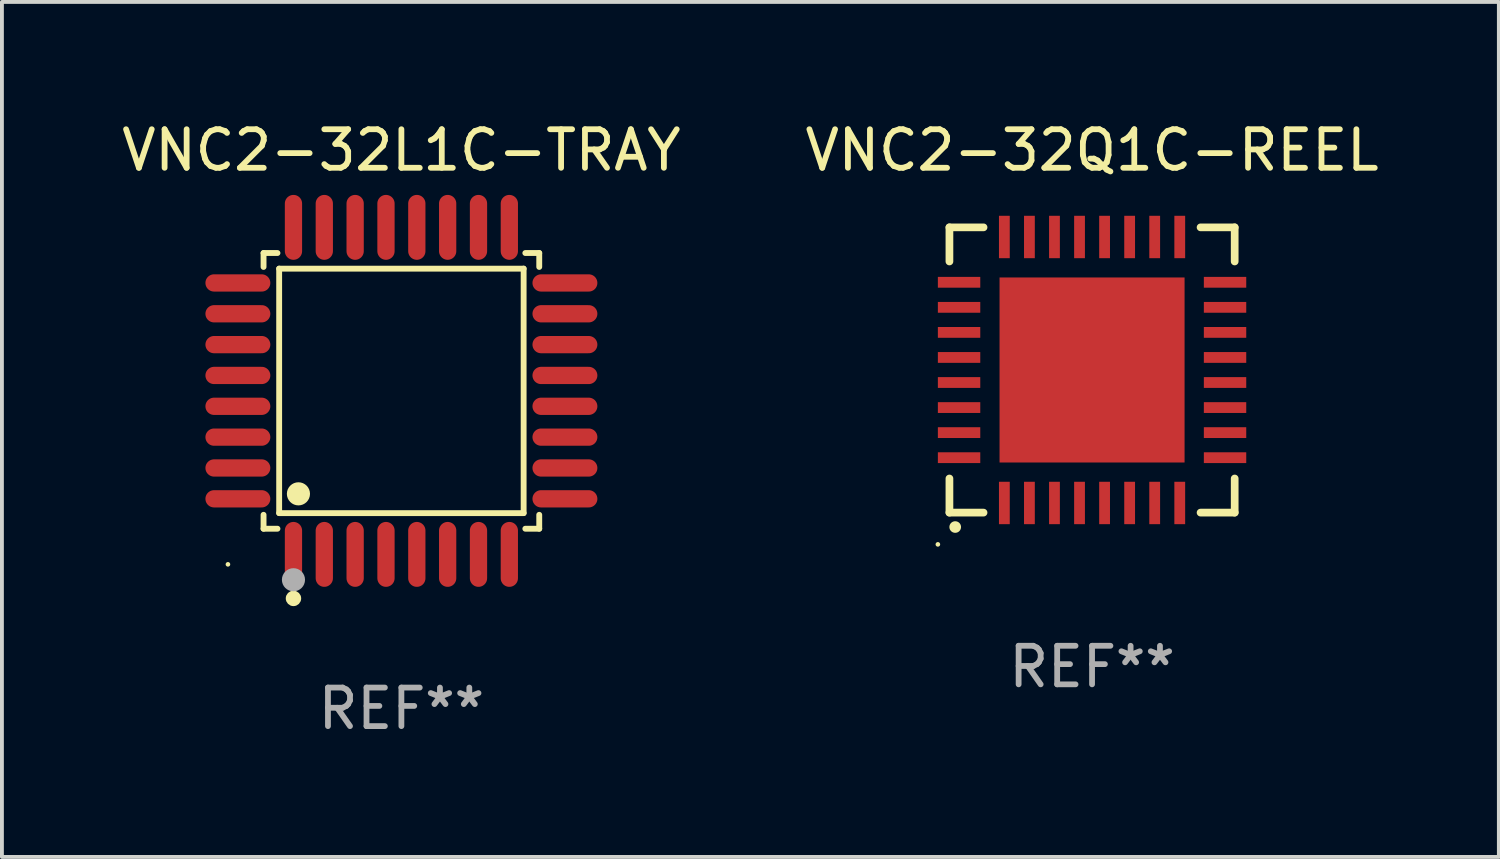
<source format=kicad_pcb>
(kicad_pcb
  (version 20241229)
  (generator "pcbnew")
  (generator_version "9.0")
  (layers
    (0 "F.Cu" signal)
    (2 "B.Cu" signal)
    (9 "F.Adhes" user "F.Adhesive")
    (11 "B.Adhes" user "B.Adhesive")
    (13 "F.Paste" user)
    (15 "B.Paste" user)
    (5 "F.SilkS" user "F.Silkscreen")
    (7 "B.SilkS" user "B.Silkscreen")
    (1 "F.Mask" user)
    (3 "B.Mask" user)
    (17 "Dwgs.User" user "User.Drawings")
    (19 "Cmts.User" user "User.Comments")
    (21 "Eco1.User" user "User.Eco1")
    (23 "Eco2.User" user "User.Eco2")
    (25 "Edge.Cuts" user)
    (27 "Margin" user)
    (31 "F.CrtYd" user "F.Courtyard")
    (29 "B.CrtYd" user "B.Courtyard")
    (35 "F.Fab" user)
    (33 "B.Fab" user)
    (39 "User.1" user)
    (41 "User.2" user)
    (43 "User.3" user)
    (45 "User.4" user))
  (footprint "VNC2-32Q1C-REEL"
    (layer "F.Cu")
    (at 25.28 6.548)
    (property "Reference" "VNC2-32Q1C-REEL" (at 0 -5.7 0) (layer "F.SilkS") (effects (font (size 1 1) (thickness 0.15))))
    (attr through_hole)
    (fp_line (start -3.7 -3.7) (end -2.815 -3.7) (stroke (width 0.2) (type solid)) (layer "F.SilkS"))
    (fp_line (start -3.7 -2.815) (end -3.7 -3.7) (stroke (width 0.2) (type solid)) (layer "F.SilkS"))
    (fp_line (start -3.7 3.7) (end -3.7 2.815) (stroke (width 0.2) (type solid)) (layer "F.SilkS"))
    (fp_line (start -2.815 3.7) (end -3.7 3.7) (stroke (width 0.2) (type solid)) (layer "F.SilkS"))
    (fp_line (start 2.815 3.7) (end 3.7 3.7) (stroke (width 0.2) (type solid)) (layer "F.SilkS"))
    (fp_line (start 3.7 -3.7) (end 2.815 -3.7) (stroke (width 0.2) (type solid)) (layer "F.SilkS"))
    (fp_line (start 3.7 -2.815) (end 3.7 -3.7) (stroke (width 0.2) (type solid)) (layer "F.SilkS"))
    (fp_line (start 3.7 3.7) (end 3.7 2.815) (stroke (width 0.2) (type solid)) (layer "F.SilkS"))
    (fp_arc (start -3.551308 4.074168) (mid -3.550038 4.074163) (end -3.548768 4.074168) (stroke (width 0.3) (type solid)) (layer "F.SilkS"))
    (fp_circle (center -4 4.524) (end -3.97 4.524) (stroke (width 0.06) (type solid)) (fill no) (layer "F.SilkS"))
    (fp_text user "REF**" (at 0 7.7 0) (layer "F.Fab") (effects (font (size 1 1) (thickness 0.15))))
    (pad "1" smd rect (at -2.275 3.45 180) (size 0.28 1.1) (layers "F.Cu" "F.Mask" "F.Paste"))
    (pad "2" smd rect (at -1.625 3.45 180) (size 0.28 1.1) (layers "F.Cu" "F.Mask" "F.Paste"))
    (pad "3" smd rect (at -0.975 3.45 180) (size 0.28 1.1) (layers "F.Cu" "F.Mask" "F.Paste"))
    (pad "4" smd rect (at -0.325 3.45 180) (size 0.28 1.1) (layers "F.Cu" "F.Mask" "F.Paste"))
    (pad "5" smd rect (at 0.325 3.45 180) (size 0.28 1.1) (layers "F.Cu" "F.Mask" "F.Paste"))
    (pad "6" smd rect (at 0.975 3.45 180) (size 0.28 1.1) (layers "F.Cu" "F.Mask" "F.Paste"))
    (pad "7" smd rect (at 1.625 3.45 180) (size 0.28 1.1) (layers "F.Cu" "F.Mask" "F.Paste"))
    (pad "8" smd rect (at 2.275 3.45 180) (size 0.28 1.1) (layers "F.Cu" "F.Mask" "F.Paste"))
    (pad "9" smd rect (at 3.45 2.275 90) (size 0.28 1.1) (layers "F.Cu" "F.Mask" "F.Paste"))
    (pad "10" smd rect (at 3.45 1.625 90) (size 0.28 1.1) (layers "F.Cu" "F.Mask" "F.Paste"))
    (pad "11" smd rect (at 3.45 0.975 90) (size 0.28 1.1) (layers "F.Cu" "F.Mask" "F.Paste"))
    (pad "12" smd rect (at 3.45 0.325 90) (size 0.28 1.1) (layers "F.Cu" "F.Mask" "F.Paste"))
    (pad "13" smd rect (at 3.45 -0.325 90) (size 0.28 1.1) (layers "F.Cu" "F.Mask" "F.Paste"))
    (pad "14" smd rect (at 3.45 -0.975 90) (size 0.28 1.1) (layers "F.Cu" "F.Mask" "F.Paste"))
    (pad "15" smd rect (at 3.45 -1.625 90) (size 0.28 1.1) (layers "F.Cu" "F.Mask" "F.Paste"))
    (pad "16" smd rect (at 3.45 -2.275 90) (size 0.28 1.1) (layers "F.Cu" "F.Mask" "F.Paste"))
    (pad "17" smd rect (at 2.275 -3.45 180) (size 0.28 1.1) (layers "F.Cu" "F.Mask" "F.Paste"))
    (pad "18" smd rect (at 1.625 -3.45 180) (size 0.28 1.1) (layers "F.Cu" "F.Mask" "F.Paste"))
    (pad "19" smd rect (at 0.975 -3.45 180) (size 0.28 1.1) (layers "F.Cu" "F.Mask" "F.Paste"))
    (pad "20" smd rect (at 0.325 -3.45 180) (size 0.28 1.1) (layers "F.Cu" "F.Mask" "F.Paste"))
    (pad "21" smd rect (at -0.325 -3.45 180) (size 0.28 1.1) (layers "F.Cu" "F.Mask" "F.Paste"))
    (pad "22" smd rect (at -0.975 -3.45 180) (size 0.28 1.1) (layers "F.Cu" "F.Mask" "F.Paste"))
    (pad "23" smd rect (at -1.625 -3.45 180) (size 0.28 1.1) (layers "F.Cu" "F.Mask" "F.Paste"))
    (pad "24" smd rect (at -2.275 -3.45 180) (size 0.28 1.1) (layers "F.Cu" "F.Mask" "F.Paste"))
    (pad "25" smd rect (at -3.45 -2.275 90) (size 0.28 1.1) (layers "F.Cu" "F.Mask" "F.Paste"))
    (pad "26" smd rect (at -3.45 -1.625 90) (size 0.28 1.1) (layers "F.Cu" "F.Mask" "F.Paste"))
    (pad "27" smd rect (at -3.45 -0.975 90) (size 0.28 1.1) (layers "F.Cu" "F.Mask" "F.Paste"))
    (pad "28" smd rect (at -3.45 -0.325 90) (size 0.28 1.1) (layers "F.Cu" "F.Mask" "F.Paste"))
    (pad "29" smd rect (at -3.45 0.325 90) (size 0.28 1.1) (layers "F.Cu" "F.Mask" "F.Paste"))
    (pad "30" smd rect (at -3.45 0.975 90) (size 0.28 1.1) (layers "F.Cu" "F.Mask" "F.Paste"))
    (pad "31" smd rect (at -3.45 1.625 90) (size 0.28 1.1) (layers "F.Cu" "F.Mask" "F.Paste"))
    (pad "32" smd rect (at -3.45 2.275 90) (size 0.28 1.1) (layers "F.Cu" "F.Mask" "F.Paste"))
    (pad "33" smd rect (at 0 0 90) (size 4.8 4.8) (layers "F.Cu" "F.Mask" "F.Paste")))
  (footprint "VNC2-32L1C-TRAY"
    (layer "F.Cu")
    (at 7.363 7.09)
    (property "Reference" "VNC2-32L1C-TRAY" (at 0 -6.242 0) (layer "F.SilkS") (effects (font (size 1 1) (thickness 0.15))))
    (attr through_hole)
    (fp_line (start -3.576 -3.576) (end -3.215 -3.576) (stroke (width 0.152) (type solid)) (layer "F.SilkS"))
    (fp_line (start -3.576 -3.215) (end -3.576 -3.576) (stroke (width 0.152) (type solid)) (layer "F.SilkS"))
    (fp_line (start -3.576 3.215) (end -3.576 3.576) (stroke (width 0.152) (type solid)) (layer "F.SilkS"))
    (fp_line (start -3.576 3.576) (end -3.215 3.576) (stroke (width 0.152) (type solid)) (layer "F.SilkS"))
    (fp_line (start -3.171 -3.171) (end 3.171 -3.171) (stroke (width 0.152) (type solid)) (layer "F.SilkS"))
    (fp_line (start -3.171 3.171) (end -3.171 -3.171) (stroke (width 0.152) (type solid)) (layer "F.SilkS"))
    (fp_line (start 3.171 -3.171) (end 3.171 3.171) (stroke (width 0.152) (type solid)) (layer "F.SilkS"))
    (fp_line (start 3.171 3.171) (end -3.171 3.171) (stroke (width 0.152) (type solid)) (layer "F.SilkS"))
    (fp_line (start 3.576 -3.576) (end 3.215 -3.576) (stroke (width 0.152) (type solid)) (layer "F.SilkS"))
    (fp_line (start 3.576 -3.215) (end 3.576 -3.576) (stroke (width 0.152) (type solid)) (layer "F.SilkS"))
    (fp_line (start 3.576 3.215) (end 3.576 3.576) (stroke (width 0.152) (type solid)) (layer "F.SilkS"))
    (fp_line (start 3.576 3.576) (end 3.215 3.576) (stroke (width 0.152) (type solid)) (layer "F.SilkS"))
    (fp_circle (center -4.5 4.5) (end -4.47 4.5) (stroke (width 0.06) (type solid)) (fill no) (layer "F.SilkS"))
    (fp_circle (center -2.8 5.384) (end -2.7 5.384) (stroke (width 0.2) (type solid)) (fill no) (layer "F.SilkS"))
    (fp_circle (center -2.671 2.671) (end -2.521 2.671) (stroke (width 0.3) (type solid)) (fill no) (layer "F.SilkS"))
    (fp_circle (center -2.8 4.9) (end -2.65 4.9) (stroke (width 0.3) (type solid)) (fill no) (layer "F.Fab"))
    (fp_text user "REF**" (at 0 8.242 0) (layer "F.Fab") (effects (font (size 1 1) (thickness 0.15))))
    (pad "1" smd oval (at -2.8 4.242) (size 0.448 1.684) (layers "F.Cu" "F.Mask" "F.Paste"))
    (pad "2" smd oval (at -2 4.242) (size 0.448 1.684) (layers "F.Cu" "F.Mask" "F.Paste"))
    (pad "3" smd oval (at -1.2 4.242) (size 0.448 1.684) (layers "F.Cu" "F.Mask" "F.Paste"))
    (pad "4" smd oval (at -0.4 4.242) (size 0.448 1.684) (layers "F.Cu" "F.Mask" "F.Paste"))
    (pad "5" smd oval (at 0.4 4.242) (size 0.448 1.684) (layers "F.Cu" "F.Mask" "F.Paste"))
    (pad "6" smd oval (at 1.2 4.242) (size 0.448 1.684) (layers "F.Cu" "F.Mask" "F.Paste"))
    (pad "7" smd oval (at 2 4.242) (size 0.448 1.684) (layers "F.Cu" "F.Mask" "F.Paste"))
    (pad "8" smd oval (at 2.8 4.242) (size 0.448 1.684) (layers "F.Cu" "F.Mask" "F.Paste"))
    (pad "9" smd oval (at 4.242 2.8) (size 1.684 0.448) (layers "F.Cu" "F.Mask" "F.Paste"))
    (pad "10" smd oval (at 4.242 2) (size 1.684 0.448) (layers "F.Cu" "F.Mask" "F.Paste"))
    (pad "11" smd oval (at 4.242 1.2) (size 1.684 0.448) (layers "F.Cu" "F.Mask" "F.Paste"))
    (pad "12" smd oval (at 4.242 0.4) (size 1.684 0.448) (layers "F.Cu" "F.Mask" "F.Paste"))
    (pad "13" smd oval (at 4.242 -0.4) (size 1.684 0.448) (layers "F.Cu" "F.Mask" "F.Paste"))
    (pad "14" smd oval (at 4.242 -1.2) (size 1.684 0.448) (layers "F.Cu" "F.Mask" "F.Paste"))
    (pad "15" smd oval (at 4.242 -2) (size 1.684 0.448) (layers "F.Cu" "F.Mask" "F.Paste"))
    (pad "16" smd oval (at 4.242 -2.8) (size 1.684 0.448) (layers "F.Cu" "F.Mask" "F.Paste"))
    (pad "17" smd oval (at 2.8 -4.242) (size 0.448 1.684) (layers "F.Cu" "F.Mask" "F.Paste"))
    (pad "18" smd oval (at 2 -4.242) (size 0.448 1.684) (layers "F.Cu" "F.Mask" "F.Paste"))
    (pad "19" smd oval (at 1.2 -4.242) (size 0.448 1.684) (layers "F.Cu" "F.Mask" "F.Paste"))
    (pad "20" smd oval (at 0.4 -4.242) (size 0.448 1.684) (layers "F.Cu" "F.Mask" "F.Paste"))
    (pad "21" smd oval (at -0.4 -4.242) (size 0.448 1.684) (layers "F.Cu" "F.Mask" "F.Paste"))
    (pad "22" smd oval (at -1.2 -4.242) (size 0.448 1.684) (layers "F.Cu" "F.Mask" "F.Paste"))
    (pad "23" smd oval (at -2 -4.242) (size 0.448 1.684) (layers "F.Cu" "F.Mask" "F.Paste"))
    (pad "24" smd oval (at -2.8 -4.242) (size 0.448 1.684) (layers "F.Cu" "F.Mask" "F.Paste"))
    (pad "25" smd oval (at -4.242 -2.8) (size 1.684 0.448) (layers "F.Cu" "F.Mask" "F.Paste"))
    (pad "26" smd oval (at -4.242 -2) (size 1.684 0.448) (layers "F.Cu" "F.Mask" "F.Paste"))
    (pad "27" smd oval (at -4.242 -1.2) (size 1.684 0.448) (layers "F.Cu" "F.Mask" "F.Paste"))
    (pad "28" smd oval (at -4.242 -0.4) (size 1.684 0.448) (layers "F.Cu" "F.Mask" "F.Paste"))
    (pad "29" smd oval (at -4.242 0.4) (size 1.684 0.448) (layers "F.Cu" "F.Mask" "F.Paste"))
    (pad "30" smd oval (at -4.242 1.2) (size 1.684 0.448) (layers "F.Cu" "F.Mask" "F.Paste"))
    (pad "31" smd oval (at -4.242 2) (size 1.684 0.448) (layers "F.Cu" "F.Mask" "F.Paste"))
    (pad "32" smd oval (at -4.242 2.8) (size 1.684 0.448) (layers "F.Cu" "F.Mask" "F.Paste")))
  (gr_rect
    (start -3 -3)
    (end 35.833 19.181)
    (stroke (width 0.1) (type default))
    (fill no)
    (layer "Edge.Cuts")))
</source>
